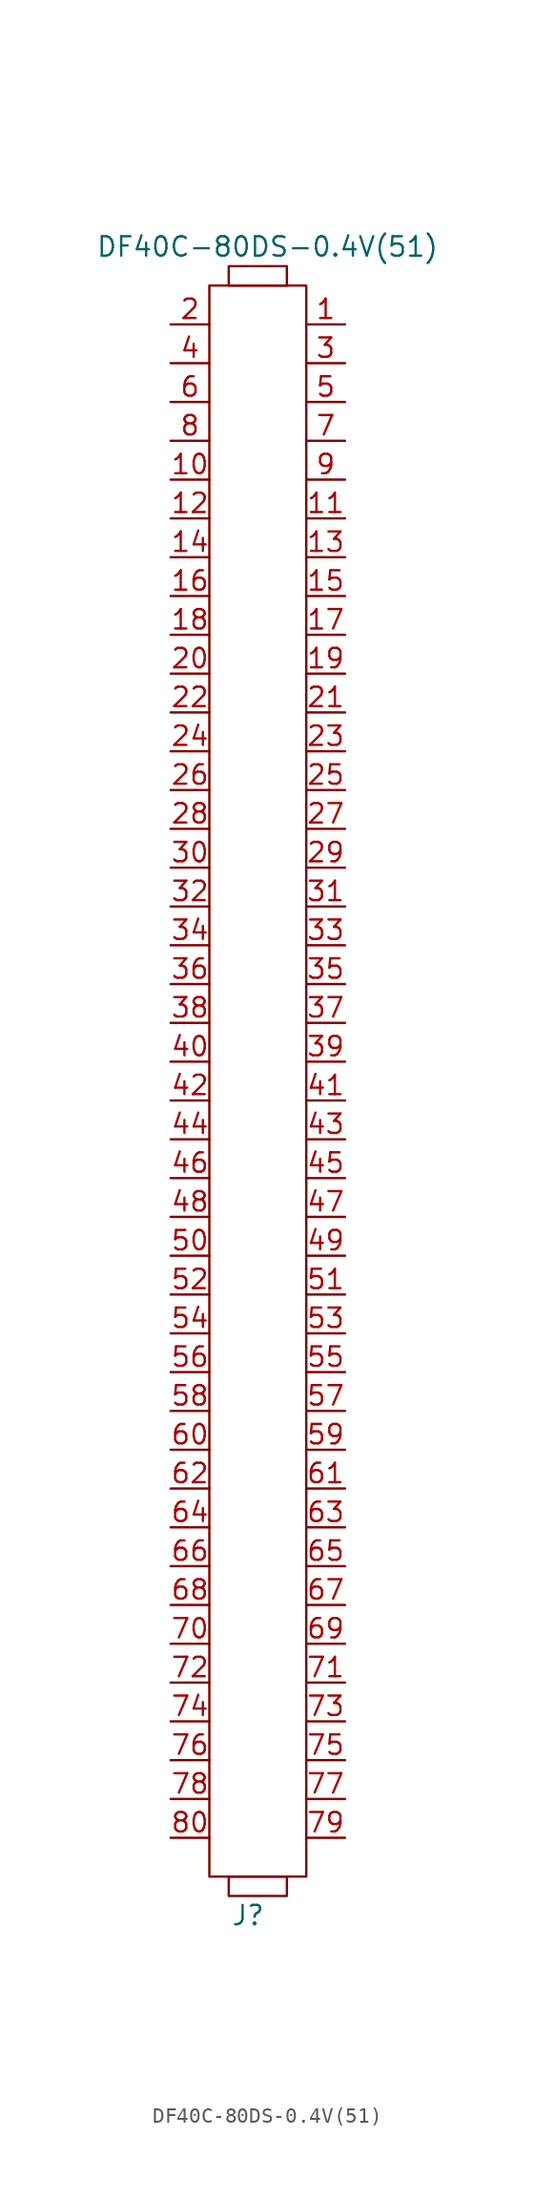
<source format=kicad_sym>
(kicad_symbol_lib
  (version 20211014)
  (generator kicad_symbol_editor)
  (symbol "DF40C-80DS-0.4V(51)"
    (pin_names
      (offset 1.016))
    (property "Reference" "J"
      (at -12.7 -97.79 0)
      (effects (font (size 1.27 1.27))))
    (property "Value" "DF40C-80DS-0.4V(51)"
      (at -11.43 11.43 0)
      (effects (font (size 1.27 1.27))))
    (symbol "DF40C-80DS-0.4V(51)_0_1"
      (rectangle (start -15.24 8.89) (end -8.89 -95.25) (stroke (width 0) (type default) (color 0 0 0 0)) (fill (type none)))
      (rectangle (start -13.97 -95.25) (end -10.16 -96.52) (stroke (width 0) (type default) (color 0 0 0 0)) (fill (type none)))
      (rectangle (start -13.97 8.89) (end -10.16 10.16) (stroke (width 0) (type default) (color 0 0 0 0)) (fill (type none))))
    (symbol "DF40C-80DS-0.4V(51)_1_1"
      (pin input line (at -6.35 6.35 180) (length 2.54) (name "~" (effects (font (size 1.27 1.27)))) (number "1" (effects (font (size 1.27 1.27)))))
      (pin input line (at -17.78 -3.81 0) (length 2.54) (name "~" (effects (font (size 1.27 1.27)))) (number "10" (effects (font (size 1.27 1.27)))))
      (pin input line (at -6.35 -6.35 180) (length 2.54) (name "~" (effects (font (size 1.27 1.27)))) (number "11" (effects (font (size 1.27 1.27)))))
      (pin input line (at -17.78 -6.35 0) (length 2.54) (name "~" (effects (font (size 1.27 1.27)))) (number "12" (effects (font (size 1.27 1.27)))))
      (pin input line (at -6.35 -8.89 180) (length 2.54) (name "~" (effects (font (size 1.27 1.27)))) (number "13" (effects (font (size 1.27 1.27)))))
      (pin input line (at -17.78 -8.89 0) (length 2.54) (name "~" (effects (font (size 1.27 1.27)))) (number "14" (effects (font (size 1.27 1.27)))))
      (pin input line (at -6.35 -11.43 180) (length 2.54) (name "~" (effects (font (size 1.27 1.27)))) (number "15" (effects (font (size 1.27 1.27)))))
      (pin input line (at -17.78 -11.43 0) (length 2.54) (name "~" (effects (font (size 1.27 1.27)))) (number "16" (effects (font (size 1.27 1.27)))))
      (pin input line (at -6.35 -13.97 180) (length 2.54) (name "~" (effects (font (size 1.27 1.27)))) (number "17" (effects (font (size 1.27 1.27)))))
      (pin input line (at -17.78 -13.97 0) (length 2.54) (name "~" (effects (font (size 1.27 1.27)))) (number "18" (effects (font (size 1.27 1.27)))))
      (pin input line (at -6.35 -16.51 180) (length 2.54) (name "~" (effects (font (size 1.27 1.27)))) (number "19" (effects (font (size 1.27 1.27)))))
      (pin input line (at -17.78 6.35 0) (length 2.54) (name "~" (effects (font (size 1.27 1.27)))) (number "2" (effects (font (size 1.27 1.27)))))
      (pin input line (at -17.78 -16.51 0) (length 2.54) (name "~" (effects (font (size 1.27 1.27)))) (number "20" (effects (font (size 1.27 1.27)))))
      (pin input line (at -6.35 -19.05 180) (length 2.54) (name "~" (effects (font (size 1.27 1.27)))) (number "21" (effects (font (size 1.27 1.27)))))
      (pin input line (at -17.78 -19.05 0) (length 2.54) (name "~" (effects (font (size 1.27 1.27)))) (number "22" (effects (font (size 1.27 1.27)))))
      (pin input line (at -6.35 -21.59 180) (length 2.54) (name "~" (effects (font (size 1.27 1.27)))) (number "23" (effects (font (size 1.27 1.27)))))
      (pin input line (at -17.78 -21.59 0) (length 2.54) (name "~" (effects (font (size 1.27 1.27)))) (number "24" (effects (font (size 1.27 1.27)))))
      (pin input line (at -6.35 -24.13 180) (length 2.54) (name "~" (effects (font (size 1.27 1.27)))) (number "25" (effects (font (size 1.27 1.27)))))
      (pin input line (at -17.78 -24.13 0) (length 2.54) (name "~" (effects (font (size 1.27 1.27)))) (number "26" (effects (font (size 1.27 1.27)))))
      (pin input line (at -6.35 -26.67 180) (length 2.54) (name "~" (effects (font (size 1.27 1.27)))) (number "27" (effects (font (size 1.27 1.27)))))
      (pin input line (at -17.78 -26.67 0) (length 2.54) (name "~" (effects (font (size 1.27 1.27)))) (number "28" (effects (font (size 1.27 1.27)))))
      (pin input line (at -6.35 -29.21 180) (length 2.54) (name "~" (effects (font (size 1.27 1.27)))) (number "29" (effects (font (size 1.27 1.27)))))
      (pin input line (at -6.35 3.81 180) (length 2.54) (name "~" (effects (font (size 1.27 1.27)))) (number "3" (effects (font (size 1.27 1.27)))))
      (pin input line (at -17.78 -29.21 0) (length 2.54) (name "~" (effects (font (size 1.27 1.27)))) (number "30" (effects (font (size 1.27 1.27)))))
      (pin input line (at -6.35 -31.75 180) (length 2.54) (name "~" (effects (font (size 1.27 1.27)))) (number "31" (effects (font (size 1.27 1.27)))))
      (pin input line (at -17.78 -31.75 0) (length 2.54) (name "~" (effects (font (size 1.27 1.27)))) (number "32" (effects (font (size 1.27 1.27)))))
      (pin input line (at -6.35 -34.29 180) (length 2.54) (name "~" (effects (font (size 1.27 1.27)))) (number "33" (effects (font (size 1.27 1.27)))))
      (pin input line (at -17.78 -34.29 0) (length 2.54) (name "~" (effects (font (size 1.27 1.27)))) (number "34" (effects (font (size 1.27 1.27)))))
      (pin input line (at -6.35 -36.83 180) (length 2.54) (name "~" (effects (font (size 1.27 1.27)))) (number "35" (effects (font (size 1.27 1.27)))))
      (pin input line (at -17.78 -36.83 0) (length 2.54) (name "~" (effects (font (size 1.27 1.27)))) (number "36" (effects (font (size 1.27 1.27)))))
      (pin input line (at -6.35 -39.37 180) (length 2.54) (name "~" (effects (font (size 1.27 1.27)))) (number "37" (effects (font (size 1.27 1.27)))))
      (pin input line (at -17.78 -39.37 0) (length 2.54) (name "~" (effects (font (size 1.27 1.27)))) (number "38" (effects (font (size 1.27 1.27)))))
      (pin input line (at -6.35 -41.91 180) (length 2.54) (name "~" (effects (font (size 1.27 1.27)))) (number "39" (effects (font (size 1.27 1.27)))))
      (pin input line (at -17.78 3.81 0) (length 2.54) (name "~" (effects (font (size 1.27 1.27)))) (number "4" (effects (font (size 1.27 1.27)))))
      (pin input line (at -17.78 -41.91 0) (length 2.54) (name "~" (effects (font (size 1.27 1.27)))) (number "40" (effects (font (size 1.27 1.27)))))
      (pin input line (at -6.35 -44.45 180) (length 2.54) (name "~" (effects (font (size 1.27 1.27)))) (number "41" (effects (font (size 1.27 1.27)))))
      (pin input line (at -17.78 -44.45 0) (length 2.54) (name "~" (effects (font (size 1.27 1.27)))) (number "42" (effects (font (size 1.27 1.27)))))
      (pin input line (at -6.35 -46.99 180) (length 2.54) (name "~" (effects (font (size 1.27 1.27)))) (number "43" (effects (font (size 1.27 1.27)))))
      (pin input line (at -17.78 -46.99 0) (length 2.54) (name "~" (effects (font (size 1.27 1.27)))) (number "44" (effects (font (size 1.27 1.27)))))
      (pin input line (at -6.35 -49.53 180) (length 2.54) (name "~" (effects (font (size 1.27 1.27)))) (number "45" (effects (font (size 1.27 1.27)))))
      (pin input line (at -17.78 -49.53 0) (length 2.54) (name "~" (effects (font (size 1.27 1.27)))) (number "46" (effects (font (size 1.27 1.27)))))
      (pin input line (at -6.35 -52.07 180) (length 2.54) (name "~" (effects (font (size 1.27 1.27)))) (number "47" (effects (font (size 1.27 1.27)))))
      (pin input line (at -17.78 -52.07 0) (length 2.54) (name "~" (effects (font (size 1.27 1.27)))) (number "48" (effects (font (size 1.27 1.27)))))
      (pin input line (at -6.35 -54.61 180) (length 2.54) (name "~" (effects (font (size 1.27 1.27)))) (number "49" (effects (font (size 1.27 1.27)))))
      (pin input line (at -6.35 1.27 180) (length 2.54) (name "~" (effects (font (size 1.27 1.27)))) (number "5" (effects (font (size 1.27 1.27)))))
      (pin input line (at -17.78 -54.61 0) (length 2.54) (name "~" (effects (font (size 1.27 1.27)))) (number "50" (effects (font (size 1.27 1.27)))))
      (pin input line (at -6.35 -57.15 180) (length 2.54) (name "~" (effects (font (size 1.27 1.27)))) (number "51" (effects (font (size 1.27 1.27)))))
      (pin input line (at -17.78 -57.15 0) (length 2.54) (name "~" (effects (font (size 1.27 1.27)))) (number "52" (effects (font (size 1.27 1.27)))))
      (pin input line (at -6.35 -59.69 180) (length 2.54) (name "~" (effects (font (size 1.27 1.27)))) (number "53" (effects (font (size 1.27 1.27)))))
      (pin input line (at -17.78 -59.69 0) (length 2.54) (name "~" (effects (font (size 1.27 1.27)))) (number "54" (effects (font (size 1.27 1.27)))))
      (pin input line (at -6.35 -62.23 180) (length 2.54) (name "~" (effects (font (size 1.27 1.27)))) (number "55" (effects (font (size 1.27 1.27)))))
      (pin input line (at -17.78 -62.23 0) (length 2.54) (name "~" (effects (font (size 1.27 1.27)))) (number "56" (effects (font (size 1.27 1.27)))))
      (pin input line (at -6.35 -64.77 180) (length 2.54) (name "~" (effects (font (size 1.27 1.27)))) (number "57" (effects (font (size 1.27 1.27)))))
      (pin input line (at -17.78 -64.77 0) (length 2.54) (name "~" (effects (font (size 1.27 1.27)))) (number "58" (effects (font (size 1.27 1.27)))))
      (pin input line (at -6.35 -67.31 180) (length 2.54) (name "~" (effects (font (size 1.27 1.27)))) (number "59" (effects (font (size 1.27 1.27)))))
      (pin input line (at -17.78 1.27 0) (length 2.54) (name "~" (effects (font (size 1.27 1.27)))) (number "6" (effects (font (size 1.27 1.27)))))
      (pin input line (at -17.78 -67.31 0) (length 2.54) (name "~" (effects (font (size 1.27 1.27)))) (number "60" (effects (font (size 1.27 1.27)))))
      (pin input line (at -6.35 -69.85 180) (length 2.54) (name "~" (effects (font (size 1.27 1.27)))) (number "61" (effects (font (size 1.27 1.27)))))
      (pin input line (at -17.78 -69.85 0) (length 2.54) (name "~" (effects (font (size 1.27 1.27)))) (number "62" (effects (font (size 1.27 1.27)))))
      (pin input line (at -6.35 -72.39 180) (length 2.54) (name "~" (effects (font (size 1.27 1.27)))) (number "63" (effects (font (size 1.27 1.27)))))
      (pin input line (at -17.78 -72.39 0) (length 2.54) (name "~" (effects (font (size 1.27 1.27)))) (number "64" (effects (font (size 1.27 1.27)))))
      (pin input line (at -6.35 -74.93 180) (length 2.54) (name "~" (effects (font (size 1.27 1.27)))) (number "65" (effects (font (size 1.27 1.27)))))
      (pin input line (at -17.78 -74.93 0) (length 2.54) (name "~" (effects (font (size 1.27 1.27)))) (number "66" (effects (font (size 1.27 1.27)))))
      (pin input line (at -6.35 -77.47 180) (length 2.54) (name "~" (effects (font (size 1.27 1.27)))) (number "67" (effects (font (size 1.27 1.27)))))
      (pin input line (at -17.78 -77.47 0) (length 2.54) (name "~" (effects (font (size 1.27 1.27)))) (number "68" (effects (font (size 1.27 1.27)))))
      (pin input line (at -6.35 -80.01 180) (length 2.54) (name "~" (effects (font (size 1.27 1.27)))) (number "69" (effects (font (size 1.27 1.27)))))
      (pin input line (at -6.35 -1.27 180) (length 2.54) (name "~" (effects (font (size 1.27 1.27)))) (number "7" (effects (font (size 1.27 1.27)))))
      (pin input line (at -17.78 -80.01 0) (length 2.54) (name "~" (effects (font (size 1.27 1.27)))) (number "70" (effects (font (size 1.27 1.27)))))
      (pin input line (at -6.35 -82.55 180) (length 2.54) (name "~" (effects (font (size 1.27 1.27)))) (number "71" (effects (font (size 1.27 1.27)))))
      (pin input line (at -17.78 -82.55 0) (length 2.54) (name "~" (effects (font (size 1.27 1.27)))) (number "72" (effects (font (size 1.27 1.27)))))
      (pin input line (at -6.35 -85.09 180) (length 2.54) (name "~" (effects (font (size 1.27 1.27)))) (number "73" (effects (font (size 1.27 1.27)))))
      (pin input line (at -17.78 -85.09 0) (length 2.54) (name "~" (effects (font (size 1.27 1.27)))) (number "74" (effects (font (size 1.27 1.27)))))
      (pin input line (at -6.35 -87.63 180) (length 2.54) (name "~" (effects (font (size 1.27 1.27)))) (number "75" (effects (font (size 1.27 1.27)))))
      (pin input line (at -17.78 -87.63 0) (length 2.54) (name "~" (effects (font (size 1.27 1.27)))) (number "76" (effects (font (size 1.27 1.27)))))
      (pin input line (at -6.35 -90.17 180) (length 2.54) (name "~" (effects (font (size 1.27 1.27)))) (number "77" (effects (font (size 1.27 1.27)))))
      (pin input line (at -17.78 -90.17 0) (length 2.54) (name "~" (effects (font (size 1.27 1.27)))) (number "78" (effects (font (size 1.27 1.27)))))
      (pin input line (at -6.35 -92.71 180) (length 2.54) (name "~" (effects (font (size 1.27 1.27)))) (number "79" (effects (font (size 1.27 1.27)))))
      (pin input line (at -17.78 -1.27 0) (length 2.54) (name "~" (effects (font (size 1.27 1.27)))) (number "8" (effects (font (size 1.27 1.27)))))
      (pin input line (at -17.78 -92.71 0) (length 2.54) (name "~" (effects (font (size 1.27 1.27)))) (number "80" (effects (font (size 1.27 1.27)))))
      (pin input line (at -6.35 -3.81 180) (length 2.54) (name "~" (effects (font (size 1.27 1.27)))) (number "9" (effects (font (size 1.27 1.27))))))))
</source>
